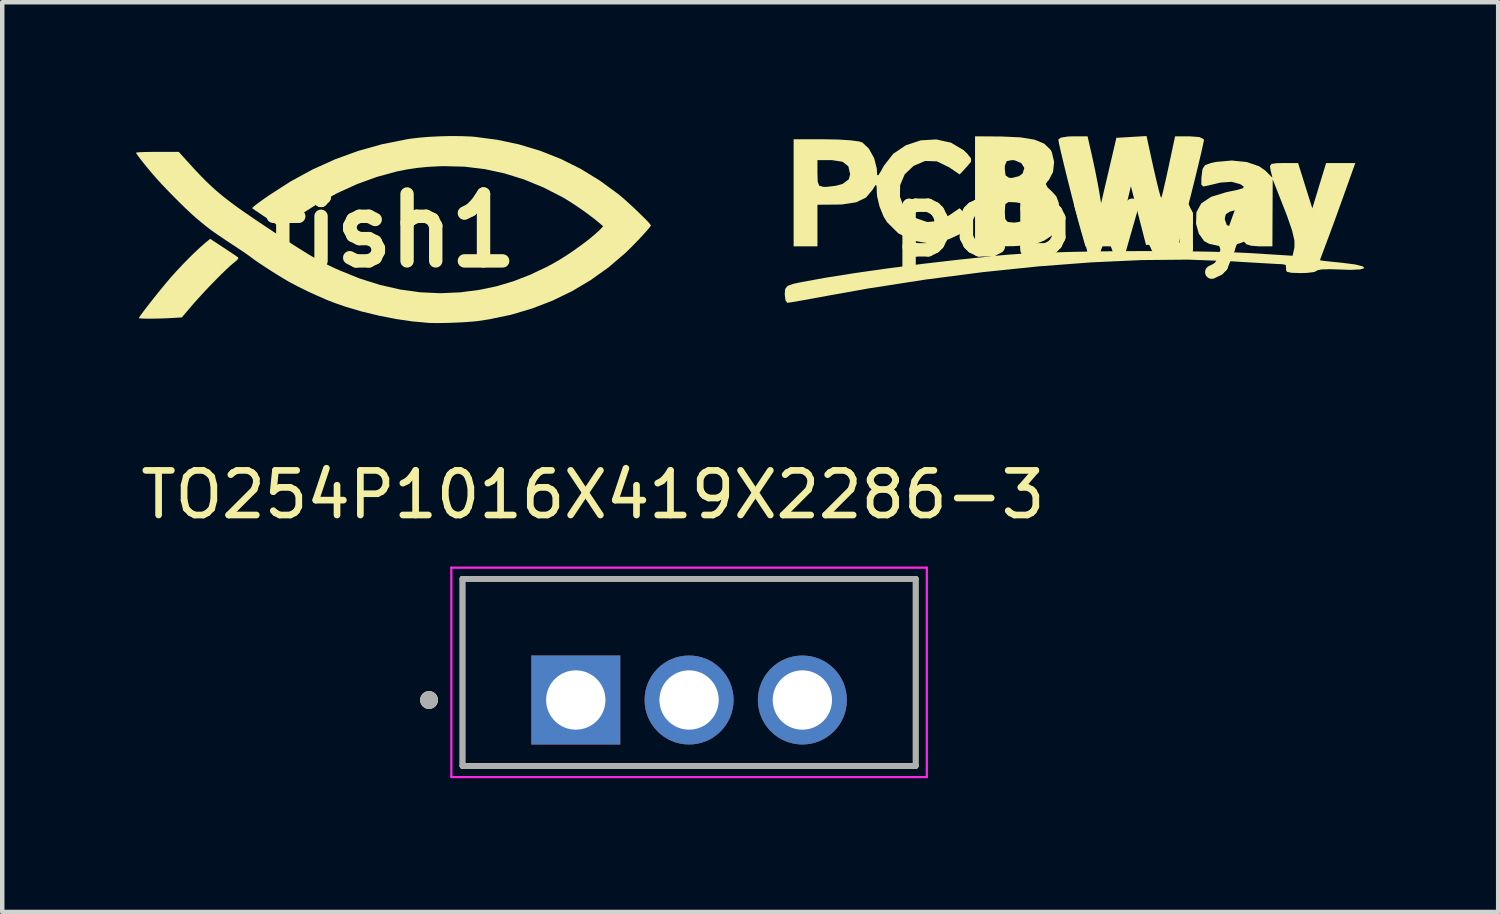
<source format=kicad_pcb>
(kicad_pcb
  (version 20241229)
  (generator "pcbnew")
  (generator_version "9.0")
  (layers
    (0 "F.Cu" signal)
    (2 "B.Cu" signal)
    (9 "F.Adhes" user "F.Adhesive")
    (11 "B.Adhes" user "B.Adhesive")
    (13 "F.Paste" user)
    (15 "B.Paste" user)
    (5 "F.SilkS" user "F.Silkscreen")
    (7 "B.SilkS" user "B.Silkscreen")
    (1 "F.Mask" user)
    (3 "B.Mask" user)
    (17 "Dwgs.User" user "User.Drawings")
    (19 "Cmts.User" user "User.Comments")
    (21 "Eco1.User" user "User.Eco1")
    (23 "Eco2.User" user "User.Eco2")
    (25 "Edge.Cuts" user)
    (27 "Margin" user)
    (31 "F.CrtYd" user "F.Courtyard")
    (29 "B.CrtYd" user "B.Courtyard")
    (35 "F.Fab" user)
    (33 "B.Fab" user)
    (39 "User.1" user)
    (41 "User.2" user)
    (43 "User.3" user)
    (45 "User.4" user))
  (footprint "fish1"
    (layer "F.Cu")
    (at 5.719 2.121)
    (property "Reference" "fish1" (at 0 0 0) (layer "F.SilkS") (effects (font (size 1.5 1.5) (thickness 0.3))))
    (attr board_only exclude_from_pos_files exclude_from_bom)
    (fp_poly (pts (xy -3.758 0.38) (xy -3.657 0.446) (xy -3.568 0.506) (xy -3.496 0.554) (xy -3.448 0.588) (xy -3.432 0.6) (xy -3.424 0.618) (xy -3.441 0.645) (xy -3.485 0.686) (xy -3.526 0.719) (xy -3.599 0.781) (xy -3.694 0.869) (xy -3.805 0.977) (xy -3.928 1.1) (xy -4.056 1.231) (xy -4.184 1.366) (xy -4.306 1.499) (xy -4.418 1.623) (xy -4.468 1.682) (xy -4.693 1.945) (xy -4.906 1.958) (xy -5.03 1.965) (xy -5.159 1.969) (xy -5.286 1.972) (xy -5.404 1.974) (xy -5.507 1.973) (xy -5.588 1.97) (xy -5.64 1.966) (xy -5.656 1.961) (xy -5.643 1.937) (xy -5.608 1.885) (xy -5.553 1.811) (xy -5.483 1.719) (xy -5.402 1.615) (xy -5.314 1.503) (xy -5.222 1.388) (xy -5.13 1.275) (xy -5.043 1.17) (xy -4.963 1.076) (xy -4.942 1.051) (xy -4.819 0.914) (xy -4.683 0.769) (xy -4.543 0.625) (xy -4.404 0.489) (xy -4.276 0.369) (xy -4.166 0.273) (xy -4.152 0.261) (xy -4.057 0.184)) (stroke (width 0) (type solid)) (fill yes) (layer "F.SilkS"))
    (fp_poly (pts (xy 1.567 -2.119) (xy 1.778 -2.111) (xy 1.872 -2.104) (xy 2.381 -2.037) (xy 2.873 -1.932) (xy 3.349 -1.788) (xy 3.807 -1.606) (xy 4.25 -1.385) (xy 4.675 -1.125) (xy 5.083 -0.827) (xy 5.084 -0.827) (xy 5.159 -0.765) (xy 5.248 -0.688) (xy 5.344 -0.601) (xy 5.444 -0.509) (xy 5.541 -0.416) (xy 5.631 -0.328) (xy 5.71 -0.25) (xy 5.772 -0.185) (xy 5.811 -0.139) (xy 5.824 -0.117) (xy 5.81 -0.092) (xy 5.771 -0.043) (xy 5.712 0.025) (xy 5.637 0.107) (xy 5.553 0.197) (xy 5.463 0.291) (xy 5.372 0.383) (xy 5.286 0.467) (xy 5.24 0.511) (xy 4.872 0.825) (xy 4.478 1.106) (xy 4.062 1.354) (xy 3.623 1.567) (xy 3.166 1.744) (xy 2.69 1.885) (xy 2.199 1.988) (xy 1.934 2.028) (xy 1.812 2.04) (xy 1.662 2.051) (xy 1.493 2.06) (xy 1.319 2.067) (xy 1.149 2.071) (xy 0.996 2.072) (xy 0.87 2.07) (xy 0.841 2.068) (xy 0.484 2.036) (xy 0.107 1.981) (xy -0.279 1.905) (xy -0.662 1.812) (xy -1.028 1.704) (xy -1.265 1.622) (xy -1.452 1.548) (xy -1.66 1.457) (xy -1.876 1.358) (xy -2.085 1.255) (xy -2.273 1.156) (xy -2.332 1.122) (xy -2.427 1.066) (xy -2.538 0.998) (xy -2.657 0.924) (xy -2.777 0.847) (xy -2.891 0.772) (xy -2.993 0.704) (xy -3.076 0.646) (xy -3.132 0.604) (xy -3.146 0.593) (xy -3.175 0.571) (xy -3.234 0.53) (xy -3.315 0.474) (xy -3.415 0.408) (xy -3.525 0.334) (xy -3.554 0.316) (xy -3.715 0.209) (xy -3.849 0.119) (xy -3.961 0.042) (xy -4.059 -0.029) (xy -4.15 -0.099) (xy -4.24 -0.172) (xy -4.338 -0.254) (xy -4.38 -0.29) (xy -4.486 -0.385) (xy -4.613 -0.504) (xy -4.751 -0.639) (xy -4.894 -0.782) (xy -5.034 -0.926) (xy -5.164 -1.063) (xy -5.275 -1.186) (xy -5.332 -1.251) (xy -5.438 -1.377) (xy -5.531 -1.491) (xy -5.609 -1.589) (xy -5.668 -1.667) (xy -5.706 -1.721) (xy -5.719 -1.747) (xy -5.699 -1.753) (xy -5.641 -1.758) (xy -5.55 -1.762) (xy -5.43 -1.765) (xy -5.286 -1.766) (xy -5.24 -1.766) (xy -4.761 -1.766) (xy -4.535 -1.516) (xy -4.394 -1.362) (xy -4.264 -1.224) (xy -4.14 -1.099) (xy -4.018 -0.983) (xy -3.893 -0.872) (xy -3.76 -0.762) (xy -3.615 -0.649) (xy -3.454 -0.53) (xy -3.272 -0.402) (xy -3.063 -0.259) (xy -2.825 -0.099) (xy -2.775 -0.066) (xy -2.542 0.089) (xy -2.339 0.223) (xy -2.162 0.338) (xy -2.006 0.436) (xy -1.869 0.521) (xy -1.744 0.595) (xy -1.629 0.66) (xy -1.519 0.718) (xy -1.408 0.774) (xy -1.295 0.828) (xy -1.173 0.883) (xy -1.167 0.886) (xy -0.707 1.072) (xy -0.252 1.216) (xy 0.201 1.32) (xy 0.652 1.382) (xy 1.102 1.403) (xy 1.553 1.383) (xy 1.987 1.326) (xy 2.369 1.246) (xy 2.74 1.135) (xy 3.108 0.993) (xy 3.482 0.816) (xy 3.627 0.739) (xy 3.777 0.653) (xy 3.939 0.55) (xy 4.105 0.438) (xy 4.268 0.321) (xy 4.42 0.206) (xy 4.552 0.097) (xy 4.658 0.001) (xy 4.685 -0.026) (xy 4.754 -0.098) (xy 4.639 -0.196) (xy 4.521 -0.291) (xy 4.378 -0.398) (xy 4.222 -0.508) (xy 4.064 -0.614) (xy 3.917 -0.706) (xy 3.842 -0.75) (xy 3.412 -0.97) (xy 2.978 -1.148) (xy 2.54 -1.284) (xy 2.096 -1.38) (xy 1.647 -1.434) (xy 1.19 -1.446) (xy 1.093 -1.444) (xy 0.825 -1.43) (xy 0.582 -1.406) (xy 0.35 -1.371) (xy 0.116 -1.324) (xy -0.321 -1.204) (xy -0.762 -1.044) (xy -1.204 -0.843) (xy -1.647 -0.603) (xy -2.089 -0.323) (xy -2.255 -0.208) (xy -2.459 -0.062) (xy -2.78 -0.276) (xy -2.883 -0.344) (xy -2.973 -0.405) (xy -3.045 -0.453) (xy -3.093 -0.486) (xy -3.112 -0.499) (xy -3.109 -0.512) (xy -3.084 -0.538) (xy -3.033 -0.58) (xy -2.954 -0.639) (xy -2.845 -0.717) (xy -2.733 -0.795) (xy -2.254 -1.103) (xy -1.762 -1.371) (xy -1.255 -1.6) (xy -0.735 -1.789) (xy -0.201 -1.938) (xy 0.346 -2.047) (xy 0.431 -2.061) (xy 0.627 -2.085) (xy 0.852 -2.103) (xy 1.092 -2.115) (xy 1.334 -2.121)) (stroke (width 0) (type solid)) (fill yes) (layer "F.SilkS")))
  (footprint "TO254P1016X419X2286-3"
    (layer "F.Cu")
    (at 12.399 12.644)
    (property "Reference" "TO254P1016X419X2286-3" (at -2.155 -4.603 0) (layer "F.SilkS") (effects (font (size 1 1) (thickness 0.15))))
    (attr through_hole)
    (fp_line (start -5.08 -2.717) (end 5.08 -2.717) (stroke (width 0.127) (type solid)) (layer "F.SilkS"))
    (fp_line (start -5.08 1.478) (end -5.08 -2.717) (stroke (width 0.127) (type solid)) (layer "F.SilkS"))
    (fp_line (start 5.08 -2.717) (end 5.08 1.478) (stroke (width 0.127) (type solid)) (layer "F.SilkS"))
    (fp_line (start 5.08 1.478) (end -5.08 1.478) (stroke (width 0.127) (type solid)) (layer "F.SilkS"))
    (fp_circle (center -5.83 0) (end -5.73 0) (stroke (width 0.2) (type solid)) (fill no) (layer "F.SilkS"))
    (fp_line (start -5.33 -2.967) (end -5.33 1.728) (stroke (width 0.05) (type solid)) (layer "F.CrtYd"))
    (fp_line (start -5.33 1.728) (end 5.33 1.728) (stroke (width 0.05) (type solid)) (layer "F.CrtYd"))
    (fp_line (start 5.33 -2.967) (end -5.33 -2.967) (stroke (width 0.05) (type solid)) (layer "F.CrtYd"))
    (fp_line (start 5.33 1.728) (end 5.33 -2.967) (stroke (width 0.05) (type solid)) (layer "F.CrtYd"))
    (fp_line (start -5.08 -2.717) (end 5.08 -2.717) (stroke (width 0.127) (type solid)) (layer "F.Fab"))
    (fp_line (start -5.08 1.478) (end -5.08 -2.717) (stroke (width 0.127) (type solid)) (layer "F.Fab"))
    (fp_line (start 5.08 -2.717) (end 5.08 1.478) (stroke (width 0.127) (type solid)) (layer "F.Fab"))
    (fp_line (start 5.08 1.478) (end -5.08 1.478) (stroke (width 0.127) (type solid)) (layer "F.Fab"))
    (fp_circle (center -5.83 0) (end -5.73 0) (stroke (width 0.2) (type solid)) (fill no) (layer "F.Fab"))
    (pad "1" thru_hole rect (at -2.54 0) (size 1.995 1.995) (drill 1.33) (layers "*.Cu" "*.Mask"))
    (pad "2" thru_hole circle (at 0 0) (size 1.995 1.995) (drill 1.33) (layers "*.Cu" "*.Mask"))
    (pad "3" thru_hole circle (at 2.54 0) (size 1.995 1.995) (drill 1.33) (layers "*.Cu" "*.Mask")))
  (footprint "pcbway"
    (layer "F.Cu")
    (at 21.01 1.873)
    (property "Reference" "pcbway" (at 0 0 0) (layer "F.SilkS") (effects (font (size 1.5 1.5) (thickness 0.3))))
    (attr board_only exclude_from_pos_files exclude_from_bom)
    (fp_poly (pts (xy 1.799 -1.169) (xy 1.864 -0.886) (xy 1.919 -0.662) (xy 1.958 -0.521) (xy 1.975 -0.486) (xy 1.996 -0.555) (xy 2.038 -0.728) (xy 2.094 -0.974) (xy 2.14 -1.187) (xy 2.285 -1.867) (xy 2.609 -1.867) (xy 2.833 -1.85) (xy 2.928 -1.801) (xy 2.932 -1.783) (xy 2.915 -1.694) (xy 2.871 -1.498) (xy 2.805 -1.219) (xy 2.722 -0.878) (xy 2.644 -0.567) (xy 2.358 0.567) (xy 1.996 0.567) (xy 1.633 0.567) (xy 1.464 -0.091) (xy 1.294 -0.748) (xy 1.135 -0.074) (xy 0.976 0.6) (xy 0.626 0.6) (xy 0.276 0.6) (xy 0.175 0.25) (xy 0.11 0.015) (xy 0.032 -0.28) (xy -0.052 -0.609) (xy -0.136 -0.943) (xy -0.213 -1.256) (xy -0.276 -1.521) (xy -0.319 -1.711) (xy -0.333 -1.796) (xy -0.273 -1.838) (xy -0.115 -1.863) (xy -0.005 -1.867) (xy 0.323 -1.867) (xy 0.425 -1.417) (xy 0.487 -1.132) (xy 0.543 -0.849) (xy 0.577 -0.667) (xy 0.626 -0.367) (xy 0.798 -1.1) (xy 0.969 -1.833) (xy 1.307 -1.853) (xy 1.645 -1.873)) (stroke (width 0) (type solid)) (fill yes) (layer "F.SilkS"))
    (fp_poly (pts (xy -1.617 -1.863) (xy -1.185 -1.844) (xy -0.867 -1.792) (xy -0.647 -1.701) (xy -0.509 -1.567) (xy -0.479 -1.514) (xy -0.427 -1.295) (xy -0.451 -1.067) (xy -0.544 -0.888) (xy -0.568 -0.866) (xy -0.614 -0.798) (xy -0.571 -0.717) (xy -0.485 -0.638) (xy -0.377 -0.52) (xy -0.323 -0.377) (xy -0.305 -0.157) (xy -0.305 -0.137) (xy -0.311 0.081) (xy -0.351 0.217) (xy -0.443 0.325) (xy -0.493 0.367) (xy -0.645 0.469) (xy -0.817 0.537) (xy -1.039 0.578) (xy -1.341 0.596) (xy -1.642 0.6) (xy -2.2 0.6) (xy -2.2 -0.171) (xy -1.533 -0.171) (xy -1.523 -0.012) (xy -1.468 0.053) (xy -1.328 0.067) (xy -1.308 0.067) (xy -1.127 0.037) (xy -0.998 -0.035) (xy -0.995 -0.039) (xy -0.945 -0.174) (xy -1.012 -0.29) (xy -1.177 -0.369) (xy -1.29 -0.387) (xy -1.45 -0.393) (xy -1.518 -0.349) (xy -1.533 -0.22) (xy -1.533 -0.171) (xy -2.2 -0.171) (xy -2.2 -0.633) (xy -2.2 -1.133) (xy -1.533 -1.133) (xy -1.515 -0.99) (xy -1.439 -0.938) (xy -1.375 -0.933) (xy -1.215 -0.973) (xy -1.133 -1.033) (xy -1.095 -1.157) (xy -1.163 -1.266) (xy -1.312 -1.329) (xy -1.375 -1.333) (xy -1.489 -1.31) (xy -1.53 -1.214) (xy -1.533 -1.133) (xy -2.2 -1.133) (xy -2.2 -1.867)) (stroke (width 0) (type solid)) (fill yes) (layer "F.SilkS"))
    (fp_poly (pts (xy -5.257 -1.794) (xy -4.991 -1.777) (xy -4.8 -1.752) (xy -4.73 -1.731) (xy -4.581 -1.592) (xy -4.462 -1.377) (xy -4.402 -1.142) (xy -4.4 -1.093) (xy -4.394 -0.998) (xy -4.367 -0.995) (xy -4.305 -1.094) (xy -4.246 -1.203) (xy -4.035 -1.475) (xy -3.749 -1.667) (xy -3.418 -1.776) (xy -3.072 -1.797) (xy -2.741 -1.725) (xy -2.456 -1.557) (xy -2.372 -1.475) (xy -2.291 -1.372) (xy -2.292 -1.295) (xy -2.381 -1.187) (xy -2.395 -1.172) (xy -2.545 -1.012) (xy -2.782 -1.173) (xy -3.057 -1.306) (xy -3.319 -1.314) (xy -3.576 -1.205) (xy -3.777 -1.015) (xy -3.879 -0.772) (xy -3.883 -0.511) (xy -3.791 -0.267) (xy -3.603 -0.074) (xy -3.542 -0.038) (xy -3.272 0.055) (xy -3.021 0.03) (xy -2.782 -0.094) (xy -2.545 -0.255) (xy -2.396 -0.096) (xy -2.3 0.024) (xy -2.296 0.109) (xy -2.34 0.175) (xy -2.515 0.314) (xy -2.769 0.433) (xy -3.05 0.512) (xy -3.24 0.532) (xy -3.598 0.473) (xy -3.921 0.308) (xy -4.174 0.057) (xy -4.25 -0.067) (xy -4.342 -0.296) (xy -4.396 -0.524) (xy -4.402 -0.597) (xy -4.407 -0.749) (xy -4.426 -0.78) (xy -4.476 -0.704) (xy -4.493 -0.674) (xy -4.643 -0.495) (xy -4.866 -0.387) (xy -5.184 -0.339) (xy -5.317 -0.336) (xy -5.733 -0.333) (xy -5.733 0.133) (xy -5.733 0.6) (xy -6 0.6) (xy -6.267 0.6) (xy -6.267 -0.6) (xy -6.267 -1.033) (xy -5.733 -1.033) (xy -5.727 -0.849) (xy -5.694 -0.761) (xy -5.609 -0.735) (xy -5.538 -0.733) (xy -5.326 -0.757) (xy -5.171 -0.798) (xy -5.03 -0.903) (xy -5 -1.018) (xy -5.041 -1.196) (xy -5.172 -1.297) (xy -5.41 -1.333) (xy -5.447 -1.333) (xy -5.733 -1.333) (xy -5.733 -1.033) (xy -6.267 -1.033) (xy -6.267 -1.8) (xy -5.562 -1.8)) (stroke (width 0) (type solid)) (fill yes) (layer "F.SilkS"))
    (fp_poly (pts (xy 3.892 -1.29) (xy 4.169 -1.196) (xy 4.309 -1.097) (xy 4.468 -0.938) (xy 4.427 -1.102) (xy 4.411 -1.2) (xy 4.447 -1.248) (xy 4.565 -1.265) (xy 4.714 -1.267) (xy 5.043 -1.267) (xy 5.202 -0.759) (xy 5.362 -0.251) (xy 5.516 -0.759) (xy 5.671 -1.267) (xy 5.998 -1.267) (xy 6.325 -1.267) (xy 6.069 -0.55) (xy 5.949 -0.217) (xy 5.83 0.112) (xy 5.726 0.392) (xy 5.673 0.533) (xy 5.599 0.731) (xy 5.548 0.868) (xy 5.533 0.911) (xy 5.594 0.922) (xy 5.756 0.941) (xy 5.985 0.964) (xy 6.033 0.969) (xy 6.329 1.007) (xy 6.494 1.05) (xy 6.529 1.089) (xy 6.436 1.117) (xy 6.217 1.127) (xy 6 1.12) (xy 5.753 1.112) (xy 5.566 1.118) (xy 5.472 1.137) (xy 5.467 1.144) (xy 5.406 1.175) (xy 5.251 1.195) (xy 5.102 1.2) (xy 4.892 1.193) (xy 4.789 1.169) (xy 4.77 1.119) (xy 4.776 1.1) (xy 4.765 1.017) (xy 4.69 1) (xy 4.584 0.996) (xy 4.37 0.984) (xy 4.074 0.967) (xy 3.724 0.946) (xy 3.504 0.932) (xy 2.572 0.898) (xy 1.534 0.908) (xy 0.408 0.959) (xy -0.787 1.05) (xy -2.032 1.179) (xy -3.309 1.345) (xy -4.597 1.545) (xy -5.492 1.705) (xy -5.817 1.765) (xy -6.094 1.815) (xy -6.299 1.851) (xy -6.403 1.866) (xy -6.409 1.867) (xy -6.45 1.809) (xy -6.467 1.671) (xy -6.456 1.556) (xy -6.403 1.487) (xy -6.274 1.44) (xy -6.117 1.407) (xy -5.561 1.305) (xy -4.899 1.2) (xy -4.16 1.095) (xy -3.37 0.992) (xy -2.557 0.898) (xy -1.749 0.813) (xy -1.5 0.79) (xy -1.135 0.764) (xy -0.662 0.743) (xy -0.106 0.726) (xy 0.508 0.714) (xy 1.156 0.707) (xy 1.811 0.706) (xy 2.45 0.71) (xy 3.047 0.719) (xy 3.578 0.733) (xy 4.016 0.754) (xy 4.043 0.756) (xy 4.92 0.811) (xy 4.961 0.622) (xy 4.961 0.47) (xy 4.907 0.241) (xy 4.795 -0.083) (xy 4.737 -0.233) (xy 4.474 -0.9) (xy 4.47 -0.15) (xy 4.467 0.6) (xy 4.167 0.6) (xy 3.988 0.586) (xy 3.88 0.552) (xy 3.867 0.531) (xy 3.826 0.496) (xy 3.738 0.531) (xy 3.528 0.591) (xy 3.276 0.593) (xy 3.045 0.542) (xy 2.937 0.483) (xy 2.817 0.315) (xy 2.755 0.095) (xy 2.758 -0.002) (xy 3.4 -0.002) (xy 3.444 0.122) (xy 3.551 0.166) (xy 3.681 0.14) (xy 3.795 0.051) (xy 3.855 -0.093) (xy 3.857 -0.216) (xy 3.798 -0.247) (xy 3.688 -0.227) (xy 3.508 -0.176) (xy 3.424 -0.121) (xy 3.401 -0.034) (xy 3.4 -0.002) (xy 2.758 -0.002) (xy 2.763 -0.164) (xy 2.872 -0.363) (xy 3.091 -0.509) (xy 3.429 -0.613) (xy 3.467 -0.621) (xy 3.693 -0.669) (xy 3.807 -0.704) (xy 3.825 -0.738) (xy 3.766 -0.781) (xy 3.741 -0.795) (xy 3.554 -0.847) (xy 3.297 -0.829) (xy 3.012 -0.76) (xy 2.913 -0.742) (xy 2.874 -0.787) (xy 2.875 -0.926) (xy 2.879 -0.974) (xy 2.9 -1.134) (xy 2.955 -1.219) (xy 3.081 -1.266) (xy 3.206 -1.293) (xy 3.558 -1.324)) (stroke (width 0) (type solid)) (fill yes) (layer "F.SilkS")))
  (gr_rect
    (start -3 -3)
    (end 30.539 17.396)
    (stroke (width 0.1) (type default))
    (fill no)
    (layer "Edge.Cuts")))
</source>
